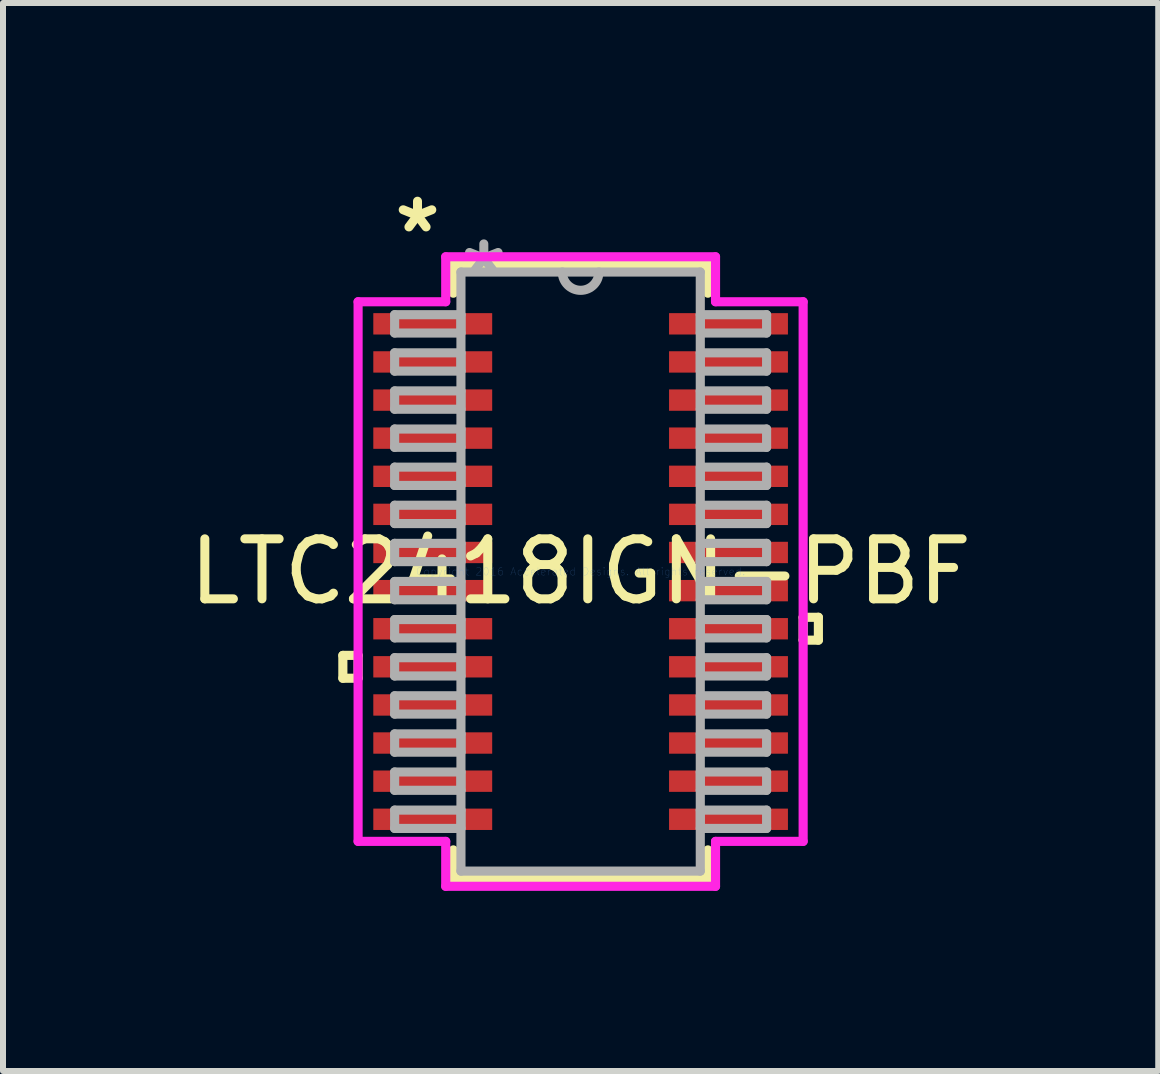
<source format=kicad_pcb>
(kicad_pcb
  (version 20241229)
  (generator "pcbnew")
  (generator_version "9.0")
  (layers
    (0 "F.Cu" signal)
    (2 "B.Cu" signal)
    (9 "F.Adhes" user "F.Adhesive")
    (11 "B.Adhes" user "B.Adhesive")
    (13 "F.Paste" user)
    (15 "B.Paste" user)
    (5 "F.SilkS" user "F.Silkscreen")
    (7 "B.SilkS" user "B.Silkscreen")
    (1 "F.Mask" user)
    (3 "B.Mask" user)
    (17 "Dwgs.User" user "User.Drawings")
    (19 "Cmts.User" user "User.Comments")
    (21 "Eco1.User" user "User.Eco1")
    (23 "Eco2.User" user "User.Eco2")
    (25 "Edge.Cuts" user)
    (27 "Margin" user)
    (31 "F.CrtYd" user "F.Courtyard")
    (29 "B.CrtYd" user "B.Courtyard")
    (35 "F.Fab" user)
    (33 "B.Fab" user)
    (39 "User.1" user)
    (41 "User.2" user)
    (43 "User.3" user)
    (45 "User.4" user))
  (footprint "LTC2418IGN-PBF"
    (layer "F.Cu")
    (at 6.625 6.474)
    (property "Reference" "LTC2418IGN-PBF" (at 0 0 0) (layer "F.SilkS") (effects (font (size 1 1) (thickness 0.15))))
    (attr through_hole)
    (fp_line (start -3.962 1.397) (end -3.962 1.778) (stroke (width 0.152) (type solid)) (layer "F.SilkS"))
    (fp_line (start -3.962 1.778) (end -3.708 1.778) (stroke (width 0.152) (type solid)) (layer "F.SilkS"))
    (fp_line (start -3.708 1.397) (end -3.962 1.397) (stroke (width 0.152) (type solid)) (layer "F.SilkS"))
    (fp_line (start -3.708 1.778) (end -3.708 1.397) (stroke (width 0.152) (type solid)) (layer "F.SilkS"))
    (fp_line (start -2.121 -5.118) (end -2.121 -4.638) (stroke (width 0.152) (type solid)) (layer "F.SilkS"))
    (fp_line (start -2.121 4.638) (end -2.121 5.118) (stroke (width 0.152) (type solid)) (layer "F.SilkS"))
    (fp_line (start -2.121 5.118) (end 2.121 5.118) (stroke (width 0.152) (type solid)) (layer "F.SilkS"))
    (fp_line (start 2.121 -5.118) (end -2.121 -5.118) (stroke (width 0.152) (type solid)) (layer "F.SilkS"))
    (fp_line (start 2.121 -4.638) (end 2.121 -5.118) (stroke (width 0.152) (type solid)) (layer "F.SilkS"))
    (fp_line (start 2.121 5.118) (end 2.121 4.638) (stroke (width 0.152) (type solid)) (layer "F.SilkS"))
    (fp_line (start 3.708 0.762) (end 3.962 0.762) (stroke (width 0.152) (type solid)) (layer "F.SilkS"))
    (fp_line (start 3.708 1.143) (end 3.708 0.762) (stroke (width 0.152) (type solid)) (layer "F.SilkS"))
    (fp_line (start 3.962 0.762) (end 3.962 1.143) (stroke (width 0.152) (type solid)) (layer "F.SilkS"))
    (fp_line (start 3.962 1.143) (end 3.708 1.143) (stroke (width 0.152) (type solid)) (layer "F.SilkS"))
    (fp_line (start -3.708 -4.496) (end -2.248 -4.496) (stroke (width 0.152) (type solid)) (layer "F.CrtYd"))
    (fp_line (start -3.708 4.496) (end -3.708 -4.496) (stroke (width 0.152) (type solid)) (layer "F.CrtYd"))
    (fp_line (start -2.248 -5.245) (end 2.248 -5.245) (stroke (width 0.152) (type solid)) (layer "F.CrtYd"))
    (fp_line (start -2.248 -4.496) (end -2.248 -5.245) (stroke (width 0.152) (type solid)) (layer "F.CrtYd"))
    (fp_line (start -2.248 4.496) (end -3.708 4.496) (stroke (width 0.152) (type solid)) (layer "F.CrtYd"))
    (fp_line (start -2.248 5.245) (end -2.248 4.496) (stroke (width 0.152) (type solid)) (layer "F.CrtYd"))
    (fp_line (start 2.248 -5.245) (end 2.248 -4.496) (stroke (width 0.152) (type solid)) (layer "F.CrtYd"))
    (fp_line (start 2.248 -4.496) (end 3.708 -4.496) (stroke (width 0.152) (type solid)) (layer "F.CrtYd"))
    (fp_line (start 2.248 4.496) (end 2.248 5.245) (stroke (width 0.152) (type solid)) (layer "F.CrtYd"))
    (fp_line (start 2.248 5.245) (end -2.248 5.245) (stroke (width 0.152) (type solid)) (layer "F.CrtYd"))
    (fp_line (start 3.708 -4.496) (end 3.708 4.496) (stroke (width 0.152) (type solid)) (layer "F.CrtYd"))
    (fp_line (start 3.708 4.496) (end 2.248 4.496) (stroke (width 0.152) (type solid)) (layer "F.CrtYd"))
    (fp_line (start -3.099 -4.28) (end -3.099 -3.975) (stroke (width 0.152) (type solid)) (layer "F.Fab"))
    (fp_line (start -3.099 -3.975) (end -1.994 -3.975) (stroke (width 0.152) (type solid)) (layer "F.Fab"))
    (fp_line (start -3.099 -3.645) (end -3.099 -3.34) (stroke (width 0.152) (type solid)) (layer "F.Fab"))
    (fp_line (start -3.099 -3.34) (end -1.994 -3.34) (stroke (width 0.152) (type solid)) (layer "F.Fab"))
    (fp_line (start -3.099 -3.01) (end -3.099 -2.705) (stroke (width 0.152) (type solid)) (layer "F.Fab"))
    (fp_line (start -3.099 -2.705) (end -1.994 -2.705) (stroke (width 0.152) (type solid)) (layer "F.Fab"))
    (fp_line (start -3.099 -2.375) (end -3.099 -2.07) (stroke (width 0.152) (type solid)) (layer "F.Fab"))
    (fp_line (start -3.099 -2.07) (end -1.994 -2.07) (stroke (width 0.152) (type solid)) (layer "F.Fab"))
    (fp_line (start -3.099 -1.74) (end -3.099 -1.435) (stroke (width 0.152) (type solid)) (layer "F.Fab"))
    (fp_line (start -3.099 -1.435) (end -1.994 -1.435) (stroke (width 0.152) (type solid)) (layer "F.Fab"))
    (fp_line (start -3.099 -1.105) (end -3.099 -0.8) (stroke (width 0.152) (type solid)) (layer "F.Fab"))
    (fp_line (start -3.099 -0.8) (end -1.994 -0.8) (stroke (width 0.152) (type solid)) (layer "F.Fab"))
    (fp_line (start -3.099 -0.47) (end -3.099 -0.165) (stroke (width 0.152) (type solid)) (layer "F.Fab"))
    (fp_line (start -3.099 -0.165) (end -1.994 -0.165) (stroke (width 0.152) (type solid)) (layer "F.Fab"))
    (fp_line (start -3.099 0.165) (end -3.099 0.47) (stroke (width 0.152) (type solid)) (layer "F.Fab"))
    (fp_line (start -3.099 0.47) (end -1.994 0.47) (stroke (width 0.152) (type solid)) (layer "F.Fab"))
    (fp_line (start -3.099 0.8) (end -3.099 1.105) (stroke (width 0.152) (type solid)) (layer "F.Fab"))
    (fp_line (start -3.099 1.105) (end -1.994 1.105) (stroke (width 0.152) (type solid)) (layer "F.Fab"))
    (fp_line (start -3.099 1.435) (end -3.099 1.74) (stroke (width 0.152) (type solid)) (layer "F.Fab"))
    (fp_line (start -3.099 1.74) (end -1.994 1.74) (stroke (width 0.152) (type solid)) (layer "F.Fab"))
    (fp_line (start -3.099 2.07) (end -3.099 2.375) (stroke (width 0.152) (type solid)) (layer "F.Fab"))
    (fp_line (start -3.099 2.375) (end -1.994 2.375) (stroke (width 0.152) (type solid)) (layer "F.Fab"))
    (fp_line (start -3.099 2.705) (end -3.099 3.01) (stroke (width 0.152) (type solid)) (layer "F.Fab"))
    (fp_line (start -3.099 3.01) (end -1.994 3.01) (stroke (width 0.152) (type solid)) (layer "F.Fab"))
    (fp_line (start -3.099 3.34) (end -3.099 3.645) (stroke (width 0.152) (type solid)) (layer "F.Fab"))
    (fp_line (start -3.099 3.645) (end -1.994 3.645) (stroke (width 0.152) (type solid)) (layer "F.Fab"))
    (fp_line (start -3.099 3.975) (end -3.099 4.28) (stroke (width 0.152) (type solid)) (layer "F.Fab"))
    (fp_line (start -3.099 4.28) (end -1.994 4.28) (stroke (width 0.152) (type solid)) (layer "F.Fab"))
    (fp_line (start -1.994 -4.991) (end -1.994 4.991) (stroke (width 0.152) (type solid)) (layer "F.Fab"))
    (fp_line (start -1.994 -4.28) (end -3.099 -4.28) (stroke (width 0.152) (type solid)) (layer "F.Fab"))
    (fp_line (start -1.994 -3.975) (end -1.994 -4.28) (stroke (width 0.152) (type solid)) (layer "F.Fab"))
    (fp_line (start -1.994 -3.645) (end -3.099 -3.645) (stroke (width 0.152) (type solid)) (layer "F.Fab"))
    (fp_line (start -1.994 -3.34) (end -1.994 -3.645) (stroke (width 0.152) (type solid)) (layer "F.Fab"))
    (fp_line (start -1.994 -3.01) (end -3.099 -3.01) (stroke (width 0.152) (type solid)) (layer "F.Fab"))
    (fp_line (start -1.994 -2.705) (end -1.994 -3.01) (stroke (width 0.152) (type solid)) (layer "F.Fab"))
    (fp_line (start -1.994 -2.375) (end -3.099 -2.375) (stroke (width 0.152) (type solid)) (layer "F.Fab"))
    (fp_line (start -1.994 -2.07) (end -1.994 -2.375) (stroke (width 0.152) (type solid)) (layer "F.Fab"))
    (fp_line (start -1.994 -1.74) (end -3.099 -1.74) (stroke (width 0.152) (type solid)) (layer "F.Fab"))
    (fp_line (start -1.994 -1.435) (end -1.994 -1.74) (stroke (width 0.152) (type solid)) (layer "F.Fab"))
    (fp_line (start -1.994 -1.105) (end -3.099 -1.105) (stroke (width 0.152) (type solid)) (layer "F.Fab"))
    (fp_line (start -1.994 -0.8) (end -1.994 -1.105) (stroke (width 0.152) (type solid)) (layer "F.Fab"))
    (fp_line (start -1.994 -0.47) (end -3.099 -0.47) (stroke (width 0.152) (type solid)) (layer "F.Fab"))
    (fp_line (start -1.994 -0.165) (end -1.994 -0.47) (stroke (width 0.152) (type solid)) (layer "F.Fab"))
    (fp_line (start -1.994 0.165) (end -3.099 0.165) (stroke (width 0.152) (type solid)) (layer "F.Fab"))
    (fp_line (start -1.994 0.47) (end -1.994 0.165) (stroke (width 0.152) (type solid)) (layer "F.Fab"))
    (fp_line (start -1.994 0.8) (end -3.099 0.8) (stroke (width 0.152) (type solid)) (layer "F.Fab"))
    (fp_line (start -1.994 1.105) (end -1.994 0.8) (stroke (width 0.152) (type solid)) (layer "F.Fab"))
    (fp_line (start -1.994 1.435) (end -3.099 1.435) (stroke (width 0.152) (type solid)) (layer "F.Fab"))
    (fp_line (start -1.994 1.74) (end -1.994 1.435) (stroke (width 0.152) (type solid)) (layer "F.Fab"))
    (fp_line (start -1.994 2.07) (end -3.099 2.07) (stroke (width 0.152) (type solid)) (layer "F.Fab"))
    (fp_line (start -1.994 2.375) (end -1.994 2.07) (stroke (width 0.152) (type solid)) (layer "F.Fab"))
    (fp_line (start -1.994 2.705) (end -3.099 2.705) (stroke (width 0.152) (type solid)) (layer "F.Fab"))
    (fp_line (start -1.994 3.01) (end -1.994 2.705) (stroke (width 0.152) (type solid)) (layer "F.Fab"))
    (fp_line (start -1.994 3.34) (end -3.099 3.34) (stroke (width 0.152) (type solid)) (layer "F.Fab"))
    (fp_line (start -1.994 3.645) (end -1.994 3.34) (stroke (width 0.152) (type solid)) (layer "F.Fab"))
    (fp_line (start -1.994 3.975) (end -3.099 3.975) (stroke (width 0.152) (type solid)) (layer "F.Fab"))
    (fp_line (start -1.994 4.28) (end -1.994 3.975) (stroke (width 0.152) (type solid)) (layer "F.Fab"))
    (fp_line (start -1.994 4.991) (end 1.994 4.991) (stroke (width 0.152) (type solid)) (layer "F.Fab"))
    (fp_line (start 1.994 -4.991) (end -1.994 -4.991) (stroke (width 0.152) (type solid)) (layer "F.Fab"))
    (fp_line (start 1.994 -4.28) (end 1.994 -3.975) (stroke (width 0.152) (type solid)) (layer "F.Fab"))
    (fp_line (start 1.994 -3.975) (end 3.099 -3.975) (stroke (width 0.152) (type solid)) (layer "F.Fab"))
    (fp_line (start 1.994 -3.645) (end 1.994 -3.34) (stroke (width 0.152) (type solid)) (layer "F.Fab"))
    (fp_line (start 1.994 -3.34) (end 3.099 -3.34) (stroke (width 0.152) (type solid)) (layer "F.Fab"))
    (fp_line (start 1.994 -3.01) (end 1.994 -2.705) (stroke (width 0.152) (type solid)) (layer "F.Fab"))
    (fp_line (start 1.994 -2.705) (end 3.099 -2.705) (stroke (width 0.152) (type solid)) (layer "F.Fab"))
    (fp_line (start 1.994 -2.375) (end 1.994 -2.07) (stroke (width 0.152) (type solid)) (layer "F.Fab"))
    (fp_line (start 1.994 -2.07) (end 3.099 -2.07) (stroke (width 0.152) (type solid)) (layer "F.Fab"))
    (fp_line (start 1.994 -1.74) (end 1.994 -1.435) (stroke (width 0.152) (type solid)) (layer "F.Fab"))
    (fp_line (start 1.994 -1.435) (end 3.099 -1.435) (stroke (width 0.152) (type solid)) (layer "F.Fab"))
    (fp_line (start 1.994 -1.105) (end 1.994 -0.8) (stroke (width 0.152) (type solid)) (layer "F.Fab"))
    (fp_line (start 1.994 -0.8) (end 3.099 -0.8) (stroke (width 0.152) (type solid)) (layer "F.Fab"))
    (fp_line (start 1.994 -0.47) (end 1.994 -0.165) (stroke (width 0.152) (type solid)) (layer "F.Fab"))
    (fp_line (start 1.994 -0.165) (end 3.099 -0.165) (stroke (width 0.152) (type solid)) (layer "F.Fab"))
    (fp_line (start 1.994 0.165) (end 1.994 0.47) (stroke (width 0.152) (type solid)) (layer "F.Fab"))
    (fp_line (start 1.994 0.47) (end 3.099 0.47) (stroke (width 0.152) (type solid)) (layer "F.Fab"))
    (fp_line (start 1.994 0.8) (end 1.994 1.105) (stroke (width 0.152) (type solid)) (layer "F.Fab"))
    (fp_line (start 1.994 1.105) (end 3.099 1.105) (stroke (width 0.152) (type solid)) (layer "F.Fab"))
    (fp_line (start 1.994 1.435) (end 1.994 1.74) (stroke (width 0.152) (type solid)) (layer "F.Fab"))
    (fp_line (start 1.994 1.74) (end 3.099 1.74) (stroke (width 0.152) (type solid)) (layer "F.Fab"))
    (fp_line (start 1.994 2.07) (end 1.994 2.375) (stroke (width 0.152) (type solid)) (layer "F.Fab"))
    (fp_line (start 1.994 2.375) (end 3.099 2.375) (stroke (width 0.152) (type solid)) (layer "F.Fab"))
    (fp_line (start 1.994 2.705) (end 1.994 3.01) (stroke (width 0.152) (type solid)) (layer "F.Fab"))
    (fp_line (start 1.994 3.01) (end 3.099 3.01) (stroke (width 0.152) (type solid)) (layer "F.Fab"))
    (fp_line (start 1.994 3.34) (end 1.994 3.645) (stroke (width 0.152) (type solid)) (layer "F.Fab"))
    (fp_line (start 1.994 3.645) (end 3.099 3.645) (stroke (width 0.152) (type solid)) (layer "F.Fab"))
    (fp_line (start 1.994 3.975) (end 1.994 4.28) (stroke (width 0.152) (type solid)) (layer "F.Fab"))
    (fp_line (start 1.994 4.28) (end 3.099 4.28) (stroke (width 0.152) (type solid)) (layer "F.Fab"))
    (fp_line (start 1.994 4.991) (end 1.994 -4.991) (stroke (width 0.152) (type solid)) (layer "F.Fab"))
    (fp_line (start 3.099 -4.28) (end 1.994 -4.28) (stroke (width 0.152) (type solid)) (layer "F.Fab"))
    (fp_line (start 3.099 -3.975) (end 3.099 -4.28) (stroke (width 0.152) (type solid)) (layer "F.Fab"))
    (fp_line (start 3.099 -3.645) (end 1.994 -3.645) (stroke (width 0.152) (type solid)) (layer "F.Fab"))
    (fp_line (start 3.099 -3.34) (end 3.099 -3.645) (stroke (width 0.152) (type solid)) (layer "F.Fab"))
    (fp_line (start 3.099 -3.01) (end 1.994 -3.01) (stroke (width 0.152) (type solid)) (layer "F.Fab"))
    (fp_line (start 3.099 -2.705) (end 3.099 -3.01) (stroke (width 0.152) (type solid)) (layer "F.Fab"))
    (fp_line (start 3.099 -2.375) (end 1.994 -2.375) (stroke (width 0.152) (type solid)) (layer "F.Fab"))
    (fp_line (start 3.099 -2.07) (end 3.099 -2.375) (stroke (width 0.152) (type solid)) (layer "F.Fab"))
    (fp_line (start 3.099 -1.74) (end 1.994 -1.74) (stroke (width 0.152) (type solid)) (layer "F.Fab"))
    (fp_line (start 3.099 -1.435) (end 3.099 -1.74) (stroke (width 0.152) (type solid)) (layer "F.Fab"))
    (fp_line (start 3.099 -1.105) (end 1.994 -1.105) (stroke (width 0.152) (type solid)) (layer "F.Fab"))
    (fp_line (start 3.099 -0.8) (end 3.099 -1.105) (stroke (width 0.152) (type solid)) (layer "F.Fab"))
    (fp_line (start 3.099 -0.47) (end 1.994 -0.47) (stroke (width 0.152) (type solid)) (layer "F.Fab"))
    (fp_line (start 3.099 -0.165) (end 3.099 -0.47) (stroke (width 0.152) (type solid)) (layer "F.Fab"))
    (fp_line (start 3.099 0.165) (end 1.994 0.165) (stroke (width 0.152) (type solid)) (layer "F.Fab"))
    (fp_line (start 3.099 0.47) (end 3.099 0.165) (stroke (width 0.152) (type solid)) (layer "F.Fab"))
    (fp_line (start 3.099 0.8) (end 1.994 0.8) (stroke (width 0.152) (type solid)) (layer "F.Fab"))
    (fp_line (start 3.099 1.105) (end 3.099 0.8) (stroke (width 0.152) (type solid)) (layer "F.Fab"))
    (fp_line (start 3.099 1.435) (end 1.994 1.435) (stroke (width 0.152) (type solid)) (layer "F.Fab"))
    (fp_line (start 3.099 1.74) (end 3.099 1.435) (stroke (width 0.152) (type solid)) (layer "F.Fab"))
    (fp_line (start 3.099 2.07) (end 1.994 2.07) (stroke (width 0.152) (type solid)) (layer "F.Fab"))
    (fp_line (start 3.099 2.375) (end 3.099 2.07) (stroke (width 0.152) (type solid)) (layer "F.Fab"))
    (fp_line (start 3.099 2.705) (end 1.994 2.705) (stroke (width 0.152) (type solid)) (layer "F.Fab"))
    (fp_line (start 3.099 3.01) (end 3.099 2.705) (stroke (width 0.152) (type solid)) (layer "F.Fab"))
    (fp_line (start 3.099 3.34) (end 1.994 3.34) (stroke (width 0.152) (type solid)) (layer "F.Fab"))
    (fp_line (start 3.099 3.645) (end 3.099 3.34) (stroke (width 0.152) (type solid)) (layer "F.Fab"))
    (fp_line (start 3.099 3.975) (end 1.994 3.975) (stroke (width 0.152) (type solid)) (layer "F.Fab"))
    (fp_line (start 3.099 4.28) (end 3.099 3.975) (stroke (width 0.152) (type solid)) (layer "F.Fab"))
    (fp_arc (start 0.3048 -4.9911) (mid 0 -4.6863) (end -0.3048 -4.9911) (stroke (width 0.1524) (type solid)) (layer "F.Fab"))
    (fp_text user "*" (at -2.718 -5.626 0) (layer "F.SilkS") (effects (font (size 1 1) (thickness 0.15))))
    (fp_text user "Copyright 2016 Accelerated Designs. All rights reserved." (at 0 0 0) (layer "Cmts.User") (effects (font (size 0.127 0.127) (thickness 0.002))))
    (fp_text user "*" (at -1.613 -4.915 0) (layer "F.Fab") (effects (font (size 1 1) (thickness 0.15))))
    (pad "1" smd rect (at -2.464 -4.128) (size 1.981 0.356) (layers "F.Cu" "F.Mask" "F.Paste"))
    (pad "2" smd rect (at -2.464 -3.493) (size 1.981 0.356) (layers "F.Cu" "F.Mask" "F.Paste"))
    (pad "3" smd rect (at -2.464 -2.857) (size 1.981 0.356) (layers "F.Cu" "F.Mask" "F.Paste"))
    (pad "4" smd rect (at -2.464 -2.223) (size 1.981 0.356) (layers "F.Cu" "F.Mask" "F.Paste"))
    (pad "5" smd rect (at -2.464 -1.587) (size 1.981 0.356) (layers "F.Cu" "F.Mask" "F.Paste"))
    (pad "6" smd rect (at -2.464 -0.953) (size 1.981 0.356) (layers "F.Cu" "F.Mask" "F.Paste"))
    (pad "7" smd rect (at -2.464 -0.318) (size 1.981 0.356) (layers "F.Cu" "F.Mask" "F.Paste"))
    (pad "8" smd rect (at -2.464 0.318) (size 1.981 0.356) (layers "F.Cu" "F.Mask" "F.Paste"))
    (pad "9" smd rect (at -2.464 0.953) (size 1.981 0.356) (layers "F.Cu" "F.Mask" "F.Paste"))
    (pad "10" smd rect (at -2.464 1.587) (size 1.981 0.356) (layers "F.Cu" "F.Mask" "F.Paste"))
    (pad "11" smd rect (at -2.464 2.223) (size 1.981 0.356) (layers "F.Cu" "F.Mask" "F.Paste"))
    (pad "12" smd rect (at -2.464 2.857) (size 1.981 0.356) (layers "F.Cu" "F.Mask" "F.Paste"))
    (pad "13" smd rect (at -2.464 3.493) (size 1.981 0.356) (layers "F.Cu" "F.Mask" "F.Paste"))
    (pad "14" smd rect (at -2.464 4.128) (size 1.981 0.356) (layers "F.Cu" "F.Mask" "F.Paste"))
    (pad "15" smd rect (at 2.464 4.128) (size 1.981 0.356) (layers "F.Cu" "F.Mask" "F.Paste"))
    (pad "16" smd rect (at 2.464 3.493) (size 1.981 0.356) (layers "F.Cu" "F.Mask" "F.Paste"))
    (pad "17" smd rect (at 2.464 2.857) (size 1.981 0.356) (layers "F.Cu" "F.Mask" "F.Paste"))
    (pad "18" smd rect (at 2.464 2.223) (size 1.981 0.356) (layers "F.Cu" "F.Mask" "F.Paste"))
    (pad "19" smd rect (at 2.464 1.587) (size 1.981 0.356) (layers "F.Cu" "F.Mask" "F.Paste"))
    (pad "20" smd rect (at 2.464 0.953) (size 1.981 0.356) (layers "F.Cu" "F.Mask" "F.Paste"))
    (pad "21" smd rect (at 2.464 0.318) (size 1.981 0.356) (layers "F.Cu" "F.Mask" "F.Paste"))
    (pad "22" smd rect (at 2.464 -0.318) (size 1.981 0.356) (layers "F.Cu" "F.Mask" "F.Paste"))
    (pad "23" smd rect (at 2.464 -0.953) (size 1.981 0.356) (layers "F.Cu" "F.Mask" "F.Paste"))
    (pad "24" smd rect (at 2.464 -1.587) (size 1.981 0.356) (layers "F.Cu" "F.Mask" "F.Paste"))
    (pad "25" smd rect (at 2.464 -2.223) (size 1.981 0.356) (layers "F.Cu" "F.Mask" "F.Paste"))
    (pad "26" smd rect (at 2.464 -2.857) (size 1.981 0.356) (layers "F.Cu" "F.Mask" "F.Paste"))
    (pad "27" smd rect (at 2.464 -3.493) (size 1.981 0.356) (layers "F.Cu" "F.Mask" "F.Paste"))
    (pad "28" smd rect (at 2.464 -4.128) (size 1.981 0.356) (layers "F.Cu" "F.Mask" "F.Paste")))
  (gr_rect
    (start -3 -3)
    (end 16.25 14.796)
    (stroke (width 0.1) (type default))
    (fill no)
    (layer "Edge.Cuts")))
</source>
